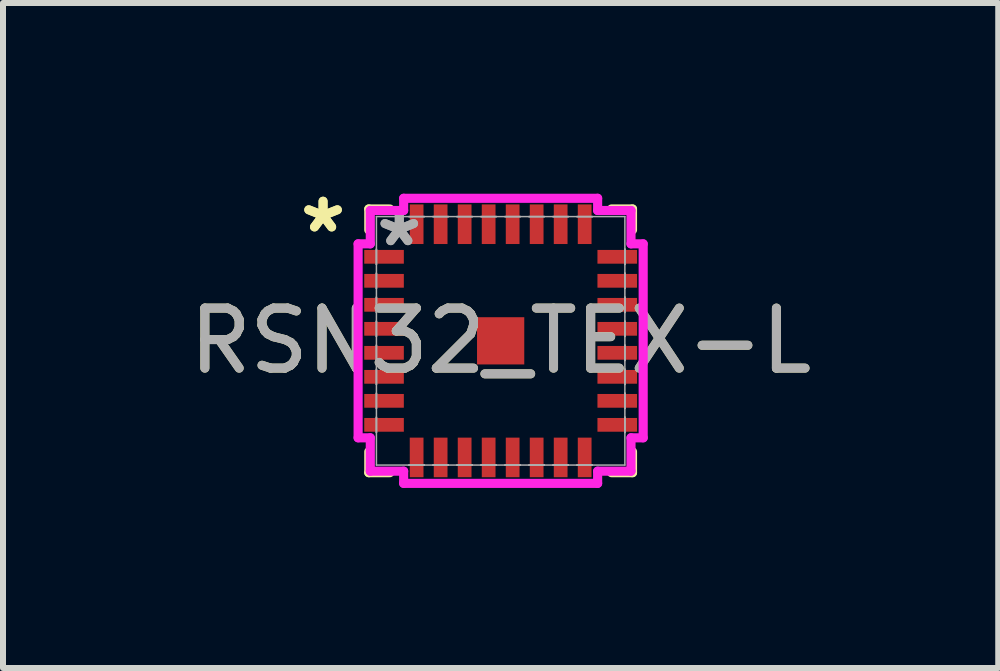
<source format=kicad_pcb>
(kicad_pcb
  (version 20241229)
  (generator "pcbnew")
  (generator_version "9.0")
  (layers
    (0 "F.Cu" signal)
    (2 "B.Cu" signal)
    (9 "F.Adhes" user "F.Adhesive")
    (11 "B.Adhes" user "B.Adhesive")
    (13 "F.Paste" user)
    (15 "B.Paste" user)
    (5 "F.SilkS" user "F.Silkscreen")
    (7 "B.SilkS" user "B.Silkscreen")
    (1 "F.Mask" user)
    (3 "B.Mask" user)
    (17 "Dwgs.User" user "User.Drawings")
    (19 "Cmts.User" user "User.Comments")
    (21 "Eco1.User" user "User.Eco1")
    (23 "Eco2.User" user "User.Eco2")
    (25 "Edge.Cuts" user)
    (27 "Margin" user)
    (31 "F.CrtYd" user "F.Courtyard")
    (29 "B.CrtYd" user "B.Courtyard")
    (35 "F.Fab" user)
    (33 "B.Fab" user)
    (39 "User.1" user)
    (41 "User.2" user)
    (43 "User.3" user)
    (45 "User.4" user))
  (footprint "RSN32_TEX-L"
    (layer "F.Cu")
    (at 5.292 2.629)
    (property "Reference" "RSN32_TEX-L" (at 0 0 0) (unlocked yes) (layer "F.SilkS") (effects (font (size 1 1) (thickness 0.15))))
    (attr smd)
    (fp_line (start -2.197 -2.197) (end -2.197 -1.847) (stroke (width 0.152) (type solid)) (layer "F.SilkS"))
    (fp_line (start -2.197 1.847) (end -2.197 2.197) (stroke (width 0.152) (type solid)) (layer "F.SilkS"))
    (fp_line (start -2.197 2.197) (end -1.847 2.197) (stroke (width 0.152) (type solid)) (layer "F.SilkS"))
    (fp_line (start -1.847 -2.197) (end -2.197 -2.197) (stroke (width 0.152) (type solid)) (layer "F.SilkS"))
    (fp_line (start 1.847 2.197) (end 2.197 2.197) (stroke (width 0.152) (type solid)) (layer "F.SilkS"))
    (fp_line (start 2.197 -2.197) (end 1.847 -2.197) (stroke (width 0.152) (type solid)) (layer "F.SilkS"))
    (fp_line (start 2.197 -1.847) (end 2.197 -2.197) (stroke (width 0.152) (type solid)) (layer "F.SilkS"))
    (fp_line (start 2.197 2.197) (end 2.197 1.847) (stroke (width 0.152) (type solid)) (layer "F.SilkS"))
    (fp_line (start -2.375 -1.616) (end -2.172 -1.616) (stroke (width 0.152) (type solid)) (layer "F.CrtYd"))
    (fp_line (start -2.375 1.616) (end -2.375 -1.616) (stroke (width 0.152) (type solid)) (layer "F.CrtYd"))
    (fp_line (start -2.172 -2.172) (end -1.616 -2.172) (stroke (width 0.152) (type solid)) (layer "F.CrtYd"))
    (fp_line (start -2.172 -1.616) (end -2.172 -2.172) (stroke (width 0.152) (type solid)) (layer "F.CrtYd"))
    (fp_line (start -2.172 1.616) (end -2.375 1.616) (stroke (width 0.152) (type solid)) (layer "F.CrtYd"))
    (fp_line (start -2.172 2.172) (end -2.172 1.616) (stroke (width 0.152) (type solid)) (layer "F.CrtYd"))
    (fp_line (start -1.616 -2.375) (end 1.616 -2.375) (stroke (width 0.152) (type solid)) (layer "F.CrtYd"))
    (fp_line (start -1.616 -2.172) (end -1.616 -2.375) (stroke (width 0.152) (type solid)) (layer "F.CrtYd"))
    (fp_line (start -1.616 2.172) (end -2.172 2.172) (stroke (width 0.152) (type solid)) (layer "F.CrtYd"))
    (fp_line (start -1.616 2.375) (end -1.616 2.172) (stroke (width 0.152) (type solid)) (layer "F.CrtYd"))
    (fp_line (start 1.616 -2.375) (end 1.616 -2.172) (stroke (width 0.152) (type solid)) (layer "F.CrtYd"))
    (fp_line (start 1.616 -2.172) (end 2.172 -2.172) (stroke (width 0.152) (type solid)) (layer "F.CrtYd"))
    (fp_line (start 1.616 2.172) (end 1.616 2.375) (stroke (width 0.152) (type solid)) (layer "F.CrtYd"))
    (fp_line (start 1.616 2.375) (end -1.616 2.375) (stroke (width 0.152) (type solid)) (layer "F.CrtYd"))
    (fp_line (start 2.172 -2.172) (end 2.172 -1.616) (stroke (width 0.152) (type solid)) (layer "F.CrtYd"))
    (fp_line (start 2.172 -1.616) (end 2.375 -1.616) (stroke (width 0.152) (type solid)) (layer "F.CrtYd"))
    (fp_line (start 2.172 1.616) (end 2.172 2.172) (stroke (width 0.152) (type solid)) (layer "F.CrtYd"))
    (fp_line (start 2.172 2.172) (end 1.616 2.172) (stroke (width 0.152) (type solid)) (layer "F.CrtYd"))
    (fp_line (start 2.375 -1.616) (end 2.375 1.616) (stroke (width 0.152) (type solid)) (layer "F.CrtYd"))
    (fp_line (start 2.375 1.616) (end 2.172 1.616) (stroke (width 0.152) (type solid)) (layer "F.CrtYd"))
    (fp_line (start -2.07 -2.07) (end -2.07 2.07) (stroke (width 0.025) (type solid)) (layer "F.Fab"))
    (fp_line (start -2.07 -1.527) (end -2.07 -1.527) (stroke (width 0.025) (type solid)) (layer "F.Fab"))
    (fp_line (start -2.07 -1.527) (end -2.07 -1.273) (stroke (width 0.025) (type solid)) (layer "F.Fab"))
    (fp_line (start -2.07 -1.273) (end -2.07 -1.527) (stroke (width 0.025) (type solid)) (layer "F.Fab"))
    (fp_line (start -2.07 -1.273) (end -2.07 -1.273) (stroke (width 0.025) (type solid)) (layer "F.Fab"))
    (fp_line (start -2.07 -1.127) (end -2.07 -1.127) (stroke (width 0.025) (type solid)) (layer "F.Fab"))
    (fp_line (start -2.07 -1.127) (end -2.07 -0.873) (stroke (width 0.025) (type solid)) (layer "F.Fab"))
    (fp_line (start -2.07 -0.873) (end -2.07 -1.127) (stroke (width 0.025) (type solid)) (layer "F.Fab"))
    (fp_line (start -2.07 -0.873) (end -2.07 -0.873) (stroke (width 0.025) (type solid)) (layer "F.Fab"))
    (fp_line (start -2.07 -0.727) (end -2.07 -0.727) (stroke (width 0.025) (type solid)) (layer "F.Fab"))
    (fp_line (start -2.07 -0.727) (end -2.07 -0.473) (stroke (width 0.025) (type solid)) (layer "F.Fab"))
    (fp_line (start -2.07 -0.473) (end -2.07 -0.727) (stroke (width 0.025) (type solid)) (layer "F.Fab"))
    (fp_line (start -2.07 -0.473) (end -2.07 -0.473) (stroke (width 0.025) (type solid)) (layer "F.Fab"))
    (fp_line (start -2.07 -0.327) (end -2.07 -0.327) (stroke (width 0.025) (type solid)) (layer "F.Fab"))
    (fp_line (start -2.07 -0.327) (end -2.07 -0.073) (stroke (width 0.025) (type solid)) (layer "F.Fab"))
    (fp_line (start -2.07 -0.073) (end -2.07 -0.327) (stroke (width 0.025) (type solid)) (layer "F.Fab"))
    (fp_line (start -2.07 -0.073) (end -2.07 -0.073) (stroke (width 0.025) (type solid)) (layer "F.Fab"))
    (fp_line (start -2.07 0.073) (end -2.07 0.073) (stroke (width 0.025) (type solid)) (layer "F.Fab"))
    (fp_line (start -2.07 0.073) (end -2.07 0.327) (stroke (width 0.025) (type solid)) (layer "F.Fab"))
    (fp_line (start -2.07 0.327) (end -2.07 0.073) (stroke (width 0.025) (type solid)) (layer "F.Fab"))
    (fp_line (start -2.07 0.327) (end -2.07 0.327) (stroke (width 0.025) (type solid)) (layer "F.Fab"))
    (fp_line (start -2.07 0.473) (end -2.07 0.473) (stroke (width 0.025) (type solid)) (layer "F.Fab"))
    (fp_line (start -2.07 0.473) (end -2.07 0.727) (stroke (width 0.025) (type solid)) (layer "F.Fab"))
    (fp_line (start -2.07 0.727) (end -2.07 0.473) (stroke (width 0.025) (type solid)) (layer "F.Fab"))
    (fp_line (start -2.07 0.727) (end -2.07 0.727) (stroke (width 0.025) (type solid)) (layer "F.Fab"))
    (fp_line (start -2.07 0.873) (end -2.07 0.873) (stroke (width 0.025) (type solid)) (layer "F.Fab"))
    (fp_line (start -2.07 0.873) (end -2.07 1.127) (stroke (width 0.025) (type solid)) (layer "F.Fab"))
    (fp_line (start -2.07 1.127) (end -2.07 0.873) (stroke (width 0.025) (type solid)) (layer "F.Fab"))
    (fp_line (start -2.07 1.127) (end -2.07 1.127) (stroke (width 0.025) (type solid)) (layer "F.Fab"))
    (fp_line (start -2.07 1.273) (end -2.07 1.273) (stroke (width 0.025) (type solid)) (layer "F.Fab"))
    (fp_line (start -2.07 1.273) (end -2.07 1.527) (stroke (width 0.025) (type solid)) (layer "F.Fab"))
    (fp_line (start -2.07 1.527) (end -2.07 1.273) (stroke (width 0.025) (type solid)) (layer "F.Fab"))
    (fp_line (start -2.07 1.527) (end -2.07 1.527) (stroke (width 0.025) (type solid)) (layer "F.Fab"))
    (fp_line (start -2.07 2.07) (end 2.07 2.07) (stroke (width 0.025) (type solid)) (layer "F.Fab"))
    (fp_line (start -1.527 -2.07) (end -1.527 -2.07) (stroke (width 0.025) (type solid)) (layer "F.Fab"))
    (fp_line (start -1.527 -2.07) (end -1.273 -2.07) (stroke (width 0.025) (type solid)) (layer "F.Fab"))
    (fp_line (start -1.527 2.07) (end -1.527 2.07) (stroke (width 0.025) (type solid)) (layer "F.Fab"))
    (fp_line (start -1.527 2.07) (end -1.273 2.07) (stroke (width 0.025) (type solid)) (layer "F.Fab"))
    (fp_line (start -1.273 -2.07) (end -1.527 -2.07) (stroke (width 0.025) (type solid)) (layer "F.Fab"))
    (fp_line (start -1.273 -2.07) (end -1.273 -2.07) (stroke (width 0.025) (type solid)) (layer "F.Fab"))
    (fp_line (start -1.273 2.07) (end -1.527 2.07) (stroke (width 0.025) (type solid)) (layer "F.Fab"))
    (fp_line (start -1.273 2.07) (end -1.273 2.07) (stroke (width 0.025) (type solid)) (layer "F.Fab"))
    (fp_line (start -1.127 -2.07) (end -1.127 -2.07) (stroke (width 0.025) (type solid)) (layer "F.Fab"))
    (fp_line (start -1.127 -2.07) (end -0.873 -2.07) (stroke (width 0.025) (type solid)) (layer "F.Fab"))
    (fp_line (start -1.127 2.07) (end -1.127 2.07) (stroke (width 0.025) (type solid)) (layer "F.Fab"))
    (fp_line (start -1.127 2.07) (end -0.873 2.07) (stroke (width 0.025) (type solid)) (layer "F.Fab"))
    (fp_line (start -0.873 -2.07) (end -1.127 -2.07) (stroke (width 0.025) (type solid)) (layer "F.Fab"))
    (fp_line (start -0.873 -2.07) (end -0.873 -2.07) (stroke (width 0.025) (type solid)) (layer "F.Fab"))
    (fp_line (start -0.873 2.07) (end -1.127 2.07) (stroke (width 0.025) (type solid)) (layer "F.Fab"))
    (fp_line (start -0.873 2.07) (end -0.873 2.07) (stroke (width 0.025) (type solid)) (layer "F.Fab"))
    (fp_line (start -0.727 -2.07) (end -0.727 -2.07) (stroke (width 0.025) (type solid)) (layer "F.Fab"))
    (fp_line (start -0.727 -2.07) (end -0.473 -2.07) (stroke (width 0.025) (type solid)) (layer "F.Fab"))
    (fp_line (start -0.727 2.07) (end -0.727 2.07) (stroke (width 0.025) (type solid)) (layer "F.Fab"))
    (fp_line (start -0.727 2.07) (end -0.473 2.07) (stroke (width 0.025) (type solid)) (layer "F.Fab"))
    (fp_line (start -0.473 -2.07) (end -0.727 -2.07) (stroke (width 0.025) (type solid)) (layer "F.Fab"))
    (fp_line (start -0.473 -2.07) (end -0.473 -2.07) (stroke (width 0.025) (type solid)) (layer "F.Fab"))
    (fp_line (start -0.473 2.07) (end -0.727 2.07) (stroke (width 0.025) (type solid)) (layer "F.Fab"))
    (fp_line (start -0.473 2.07) (end -0.473 2.07) (stroke (width 0.025) (type solid)) (layer "F.Fab"))
    (fp_line (start -0.327 -2.07) (end -0.327 -2.07) (stroke (width 0.025) (type solid)) (layer "F.Fab"))
    (fp_line (start -0.327 -2.07) (end -0.073 -2.07) (stroke (width 0.025) (type solid)) (layer "F.Fab"))
    (fp_line (start -0.327 2.07) (end -0.327 2.07) (stroke (width 0.025) (type solid)) (layer "F.Fab"))
    (fp_line (start -0.327 2.07) (end -0.073 2.07) (stroke (width 0.025) (type solid)) (layer "F.Fab"))
    (fp_line (start -0.073 -2.07) (end -0.327 -2.07) (stroke (width 0.025) (type solid)) (layer "F.Fab"))
    (fp_line (start -0.073 -2.07) (end -0.073 -2.07) (stroke (width 0.025) (type solid)) (layer "F.Fab"))
    (fp_line (start -0.073 2.07) (end -0.327 2.07) (stroke (width 0.025) (type solid)) (layer "F.Fab"))
    (fp_line (start -0.073 2.07) (end -0.073 2.07) (stroke (width 0.025) (type solid)) (layer "F.Fab"))
    (fp_line (start 0.073 -2.07) (end 0.073 -2.07) (stroke (width 0.025) (type solid)) (layer "F.Fab"))
    (fp_line (start 0.073 -2.07) (end 0.327 -2.07) (stroke (width 0.025) (type solid)) (layer "F.Fab"))
    (fp_line (start 0.073 2.07) (end 0.073 2.07) (stroke (width 0.025) (type solid)) (layer "F.Fab"))
    (fp_line (start 0.073 2.07) (end 0.327 2.07) (stroke (width 0.025) (type solid)) (layer "F.Fab"))
    (fp_line (start 0.327 -2.07) (end 0.073 -2.07) (stroke (width 0.025) (type solid)) (layer "F.Fab"))
    (fp_line (start 0.327 -2.07) (end 0.327 -2.07) (stroke (width 0.025) (type solid)) (layer "F.Fab"))
    (fp_line (start 0.327 2.07) (end 0.073 2.07) (stroke (width 0.025) (type solid)) (layer "F.Fab"))
    (fp_line (start 0.327 2.07) (end 0.327 2.07) (stroke (width 0.025) (type solid)) (layer "F.Fab"))
    (fp_line (start 0.473 -2.07) (end 0.473 -2.07) (stroke (width 0.025) (type solid)) (layer "F.Fab"))
    (fp_line (start 0.473 -2.07) (end 0.727 -2.07) (stroke (width 0.025) (type solid)) (layer "F.Fab"))
    (fp_line (start 0.473 2.07) (end 0.473 2.07) (stroke (width 0.025) (type solid)) (layer "F.Fab"))
    (fp_line (start 0.473 2.07) (end 0.727 2.07) (stroke (width 0.025) (type solid)) (layer "F.Fab"))
    (fp_line (start 0.727 -2.07) (end 0.473 -2.07) (stroke (width 0.025) (type solid)) (layer "F.Fab"))
    (fp_line (start 0.727 -2.07) (end 0.727 -2.07) (stroke (width 0.025) (type solid)) (layer "F.Fab"))
    (fp_line (start 0.727 2.07) (end 0.473 2.07) (stroke (width 0.025) (type solid)) (layer "F.Fab"))
    (fp_line (start 0.727 2.07) (end 0.727 2.07) (stroke (width 0.025) (type solid)) (layer "F.Fab"))
    (fp_line (start 0.873 -2.07) (end 0.873 -2.07) (stroke (width 0.025) (type solid)) (layer "F.Fab"))
    (fp_line (start 0.873 -2.07) (end 1.127 -2.07) (stroke (width 0.025) (type solid)) (layer "F.Fab"))
    (fp_line (start 0.873 2.07) (end 0.873 2.07) (stroke (width 0.025) (type solid)) (layer "F.Fab"))
    (fp_line (start 0.873 2.07) (end 1.127 2.07) (stroke (width 0.025) (type solid)) (layer "F.Fab"))
    (fp_line (start 1.127 -2.07) (end 0.873 -2.07) (stroke (width 0.025) (type solid)) (layer "F.Fab"))
    (fp_line (start 1.127 -2.07) (end 1.127 -2.07) (stroke (width 0.025) (type solid)) (layer "F.Fab"))
    (fp_line (start 1.127 2.07) (end 0.873 2.07) (stroke (width 0.025) (type solid)) (layer "F.Fab"))
    (fp_line (start 1.127 2.07) (end 1.127 2.07) (stroke (width 0.025) (type solid)) (layer "F.Fab"))
    (fp_line (start 1.273 -2.07) (end 1.273 -2.07) (stroke (width 0.025) (type solid)) (layer "F.Fab"))
    (fp_line (start 1.273 -2.07) (end 1.527 -2.07) (stroke (width 0.025) (type solid)) (layer "F.Fab"))
    (fp_line (start 1.273 2.07) (end 1.273 2.07) (stroke (width 0.025) (type solid)) (layer "F.Fab"))
    (fp_line (start 1.273 2.07) (end 1.527 2.07) (stroke (width 0.025) (type solid)) (layer "F.Fab"))
    (fp_line (start 1.527 -2.07) (end 1.273 -2.07) (stroke (width 0.025) (type solid)) (layer "F.Fab"))
    (fp_line (start 1.527 -2.07) (end 1.527 -2.07) (stroke (width 0.025) (type solid)) (layer "F.Fab"))
    (fp_line (start 1.527 2.07) (end 1.273 2.07) (stroke (width 0.025) (type solid)) (layer "F.Fab"))
    (fp_line (start 1.527 2.07) (end 1.527 2.07) (stroke (width 0.025) (type solid)) (layer "F.Fab"))
    (fp_line (start 2.07 -2.07) (end -2.07 -2.07) (stroke (width 0.025) (type solid)) (layer "F.Fab"))
    (fp_line (start 2.07 -1.527) (end 2.07 -1.527) (stroke (width 0.025) (type solid)) (layer "F.Fab"))
    (fp_line (start 2.07 -1.527) (end 2.07 -1.273) (stroke (width 0.025) (type solid)) (layer "F.Fab"))
    (fp_line (start 2.07 -1.273) (end 2.07 -1.527) (stroke (width 0.025) (type solid)) (layer "F.Fab"))
    (fp_line (start 2.07 -1.273) (end 2.07 -1.273) (stroke (width 0.025) (type solid)) (layer "F.Fab"))
    (fp_line (start 2.07 -1.127) (end 2.07 -1.127) (stroke (width 0.025) (type solid)) (layer "F.Fab"))
    (fp_line (start 2.07 -1.127) (end 2.07 -0.873) (stroke (width 0.025) (type solid)) (layer "F.Fab"))
    (fp_line (start 2.07 -0.873) (end 2.07 -1.127) (stroke (width 0.025) (type solid)) (layer "F.Fab"))
    (fp_line (start 2.07 -0.873) (end 2.07 -0.873) (stroke (width 0.025) (type solid)) (layer "F.Fab"))
    (fp_line (start 2.07 -0.727) (end 2.07 -0.727) (stroke (width 0.025) (type solid)) (layer "F.Fab"))
    (fp_line (start 2.07 -0.727) (end 2.07 -0.473) (stroke (width 0.025) (type solid)) (layer "F.Fab"))
    (fp_line (start 2.07 -0.473) (end 2.07 -0.727) (stroke (width 0.025) (type solid)) (layer "F.Fab"))
    (fp_line (start 2.07 -0.473) (end 2.07 -0.473) (stroke (width 0.025) (type solid)) (layer "F.Fab"))
    (fp_line (start 2.07 -0.327) (end 2.07 -0.327) (stroke (width 0.025) (type solid)) (layer "F.Fab"))
    (fp_line (start 2.07 -0.327) (end 2.07 -0.073) (stroke (width 0.025) (type solid)) (layer "F.Fab"))
    (fp_line (start 2.07 -0.073) (end 2.07 -0.327) (stroke (width 0.025) (type solid)) (layer "F.Fab"))
    (fp_line (start 2.07 -0.073) (end 2.07 -0.073) (stroke (width 0.025) (type solid)) (layer "F.Fab"))
    (fp_line (start 2.07 0.073) (end 2.07 0.073) (stroke (width 0.025) (type solid)) (layer "F.Fab"))
    (fp_line (start 2.07 0.073) (end 2.07 0.327) (stroke (width 0.025) (type solid)) (layer "F.Fab"))
    (fp_line (start 2.07 0.327) (end 2.07 0.073) (stroke (width 0.025) (type solid)) (layer "F.Fab"))
    (fp_line (start 2.07 0.327) (end 2.07 0.327) (stroke (width 0.025) (type solid)) (layer "F.Fab"))
    (fp_line (start 2.07 0.473) (end 2.07 0.473) (stroke (width 0.025) (type solid)) (layer "F.Fab"))
    (fp_line (start 2.07 0.473) (end 2.07 0.727) (stroke (width 0.025) (type solid)) (layer "F.Fab"))
    (fp_line (start 2.07 0.727) (end 2.07 0.473) (stroke (width 0.025) (type solid)) (layer "F.Fab"))
    (fp_line (start 2.07 0.727) (end 2.07 0.727) (stroke (width 0.025) (type solid)) (layer "F.Fab"))
    (fp_line (start 2.07 0.873) (end 2.07 0.873) (stroke (width 0.025) (type solid)) (layer "F.Fab"))
    (fp_line (start 2.07 0.873) (end 2.07 1.127) (stroke (width 0.025) (type solid)) (layer "F.Fab"))
    (fp_line (start 2.07 1.127) (end 2.07 0.873) (stroke (width 0.025) (type solid)) (layer "F.Fab"))
    (fp_line (start 2.07 1.127) (end 2.07 1.127) (stroke (width 0.025) (type solid)) (layer "F.Fab"))
    (fp_line (start 2.07 1.273) (end 2.07 1.273) (stroke (width 0.025) (type solid)) (layer "F.Fab"))
    (fp_line (start 2.07 1.273) (end 2.07 1.527) (stroke (width 0.025) (type solid)) (layer "F.Fab"))
    (fp_line (start 2.07 1.527) (end 2.07 1.273) (stroke (width 0.025) (type solid)) (layer "F.Fab"))
    (fp_line (start 2.07 1.527) (end 2.07 1.527) (stroke (width 0.025) (type solid)) (layer "F.Fab"))
    (fp_line (start 2.07 2.07) (end 2.07 -2.07) (stroke (width 0.025) (type solid)) (layer "F.Fab"))
    (fp_text user "*" (at -2.959 -1.781 0) (unlocked yes) (layer "F.SilkS") (effects (font (size 1 1) (thickness 0.15))))
    (fp_text user "*" (at -2.959 -1.781 0) (layer "F.SilkS") (effects (font (size 1 1) (thickness 0.15))))
    (fp_text user "${REFERENCE}" (at 0 0 0) (unlocked yes) (layer "F.Fab") (effects (font (size 1 1) (thickness 0.15))))
    (fp_text user "*" (at -1.689 -1.552 0) (unlocked yes) (layer "F.Fab") (effects (font (size 1 1) (thickness 0.15))))
    (fp_text user "*" (at -1.689 -1.552 0) (layer "F.Fab") (effects (font (size 1 1) (thickness 0.15))))
    (pad "1" smd rect (at 1.4 -1.943) (size 0.229 0.66) (layers "F.Cu" "F.Mask" "F.Paste"))
    (pad "2" smd rect (at 1 -1.943) (size 0.229 0.66) (layers "F.Cu" "F.Mask" "F.Paste"))
    (pad "3" smd rect (at 0.6 -1.943) (size 0.229 0.66) (layers "F.Cu" "F.Mask" "F.Paste"))
    (pad "4" smd rect (at 0.2 -1.943) (size 0.229 0.66) (layers "F.Cu" "F.Mask" "F.Paste"))
    (pad "5" smd rect (at -0.2 -1.943) (size 0.229 0.66) (layers "F.Cu" "F.Mask" "F.Paste"))
    (pad "6" smd rect (at -0.6 -1.943) (size 0.229 0.66) (layers "F.Cu" "F.Mask" "F.Paste"))
    (pad "7" smd rect (at -1 -1.943) (size 0.229 0.66) (layers "F.Cu" "F.Mask" "F.Paste"))
    (pad "8" smd rect (at -1.4 -1.943) (size 0.229 0.66) (layers "F.Cu" "F.Mask" "F.Paste"))
    (pad "9" smd rect (at -1.943 -1.4 90) (size 0.229 0.66) (layers "F.Cu" "F.Mask" "F.Paste"))
    (pad "10" smd rect (at -1.943 -1 90) (size 0.229 0.66) (layers "F.Cu" "F.Mask" "F.Paste"))
    (pad "11" smd rect (at -1.943 -0.6 90) (size 0.229 0.66) (layers "F.Cu" "F.Mask" "F.Paste"))
    (pad "12" smd rect (at -1.943 -0.2 90) (size 0.229 0.66) (layers "F.Cu" "F.Mask" "F.Paste"))
    (pad "13" smd rect (at -1.943 0.2 90) (size 0.229 0.66) (layers "F.Cu" "F.Mask" "F.Paste"))
    (pad "14" smd rect (at -1.943 0.6 90) (size 0.229 0.66) (layers "F.Cu" "F.Mask" "F.Paste"))
    (pad "15" smd rect (at -1.943 1 90) (size 0.229 0.66) (layers "F.Cu" "F.Mask" "F.Paste"))
    (pad "16" smd rect (at -1.943 1.4 90) (size 0.229 0.66) (layers "F.Cu" "F.Mask" "F.Paste"))
    (pad "17" smd rect (at -1.4 1.943) (size 0.229 0.66) (layers "F.Cu" "F.Mask" "F.Paste"))
    (pad "18" smd rect (at -1 1.943) (size 0.229 0.66) (layers "F.Cu" "F.Mask" "F.Paste"))
    (pad "19" smd rect (at -0.6 1.943) (size 0.229 0.66) (layers "F.Cu" "F.Mask" "F.Paste"))
    (pad "20" smd rect (at -0.2 1.943) (size 0.229 0.66) (layers "F.Cu" "F.Mask" "F.Paste"))
    (pad "21" smd rect (at 0.2 1.943) (size 0.229 0.66) (layers "F.Cu" "F.Mask" "F.Paste"))
    (pad "22" smd rect (at 0.6 1.943) (size 0.229 0.66) (layers "F.Cu" "F.Mask" "F.Paste"))
    (pad "23" smd rect (at 1 1.943) (size 0.229 0.66) (layers "F.Cu" "F.Mask" "F.Paste"))
    (pad "24" smd rect (at 1.4 1.943) (size 0.229 0.66) (layers "F.Cu" "F.Mask" "F.Paste"))
    (pad "25" smd rect (at 1.943 1.4 90) (size 0.229 0.66) (layers "F.Cu" "F.Mask" "F.Paste"))
    (pad "26" smd rect (at 1.943 1 90) (size 0.229 0.66) (layers "F.Cu" "F.Mask" "F.Paste"))
    (pad "27" smd rect (at 1.943 0.6 90) (size 0.229 0.66) (layers "F.Cu" "F.Mask" "F.Paste"))
    (pad "28" smd rect (at 1.943 0.2 90) (size 0.229 0.66) (layers "F.Cu" "F.Mask" "F.Paste"))
    (pad "29" smd rect (at 1.943 -0.2 90) (size 0.229 0.66) (layers "F.Cu" "F.Mask" "F.Paste"))
    (pad "30" smd rect (at 1.943 -0.6 90) (size 0.229 0.66) (layers "F.Cu" "F.Mask" "F.Paste"))
    (pad "31" smd rect (at 1.943 -1 90) (size 0.229 0.66) (layers "F.Cu" "F.Mask" "F.Paste"))
    (pad "32" smd rect (at 1.943 -1.4 90) (size 0.229 0.66) (layers "F.Cu" "F.Mask" "F.Paste"))
    (pad "HTAB" smd rect (at 0 0) (size 0.787 0.787) (layers "F.Cu" "F.Mask" "F.Paste")))
  (gr_rect
    (start -3 -3)
    (end 13.583 8.08)
    (stroke (width 0.1) (type default))
    (fill no)
    (layer "Edge.Cuts")))
</source>
